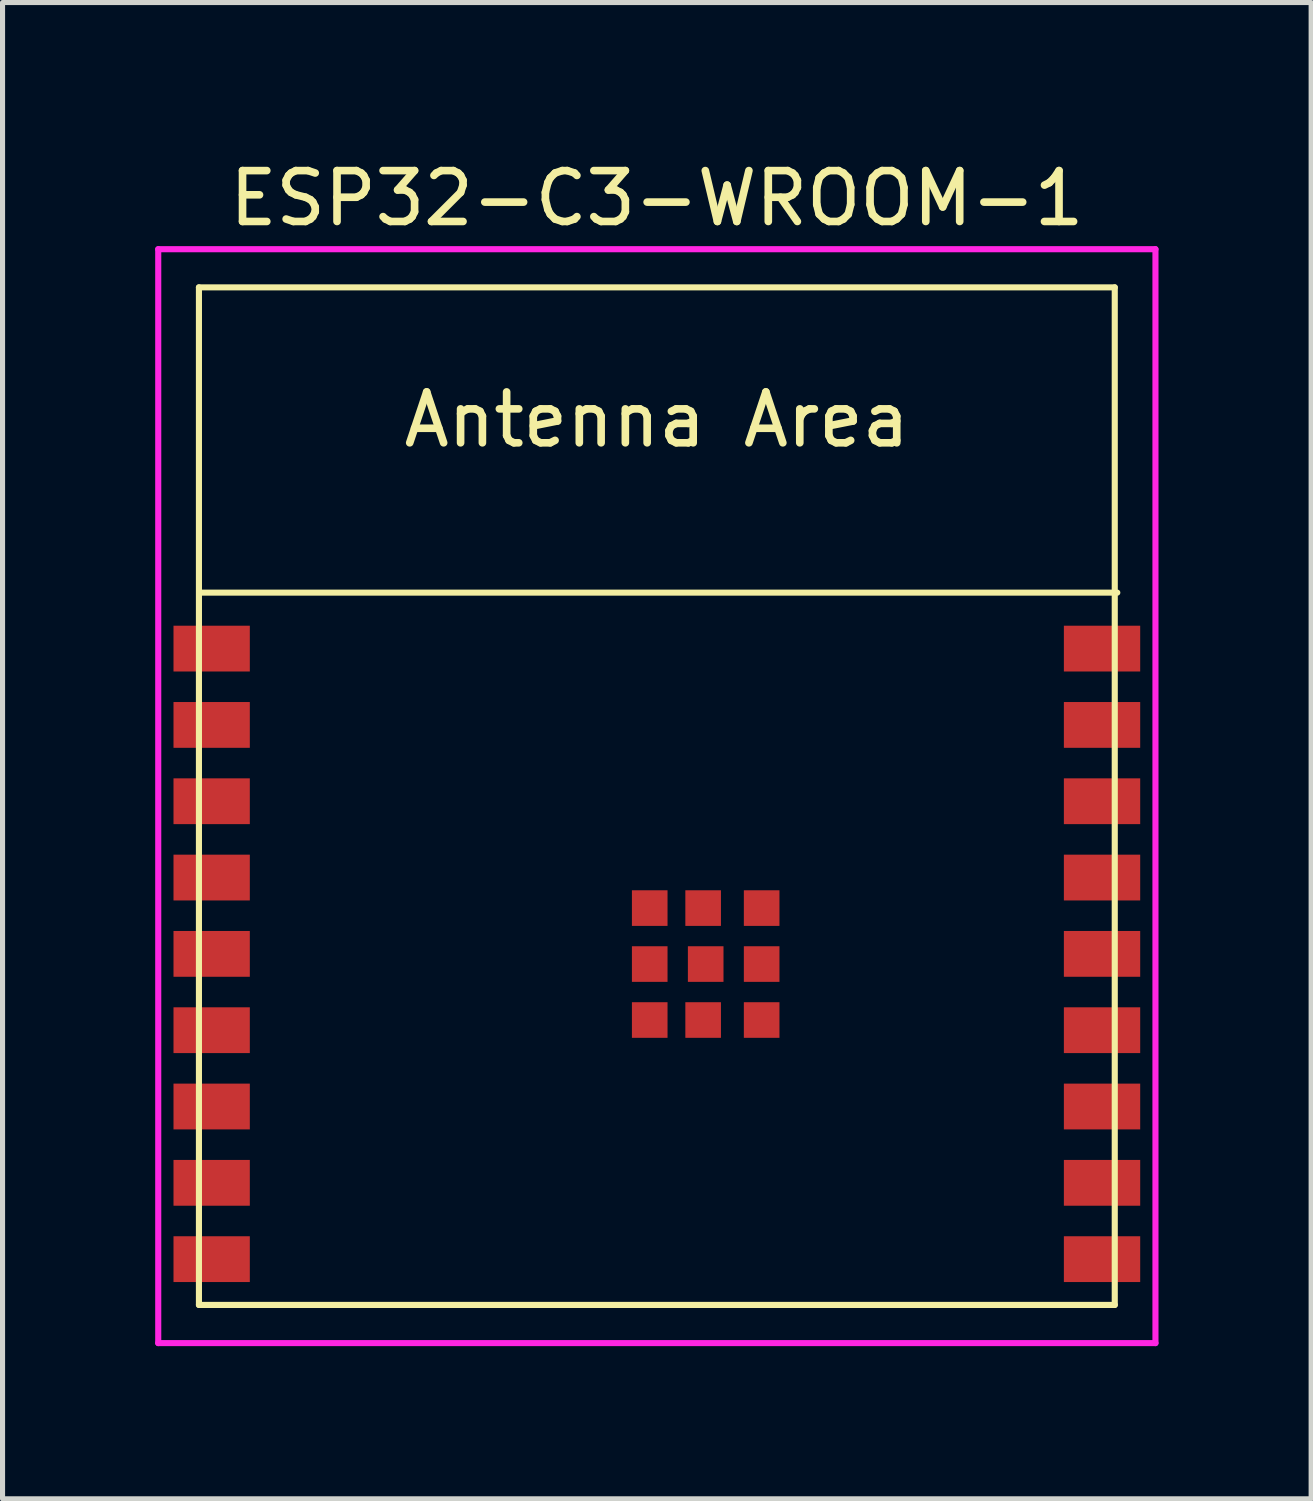
<source format=kicad_pcb>
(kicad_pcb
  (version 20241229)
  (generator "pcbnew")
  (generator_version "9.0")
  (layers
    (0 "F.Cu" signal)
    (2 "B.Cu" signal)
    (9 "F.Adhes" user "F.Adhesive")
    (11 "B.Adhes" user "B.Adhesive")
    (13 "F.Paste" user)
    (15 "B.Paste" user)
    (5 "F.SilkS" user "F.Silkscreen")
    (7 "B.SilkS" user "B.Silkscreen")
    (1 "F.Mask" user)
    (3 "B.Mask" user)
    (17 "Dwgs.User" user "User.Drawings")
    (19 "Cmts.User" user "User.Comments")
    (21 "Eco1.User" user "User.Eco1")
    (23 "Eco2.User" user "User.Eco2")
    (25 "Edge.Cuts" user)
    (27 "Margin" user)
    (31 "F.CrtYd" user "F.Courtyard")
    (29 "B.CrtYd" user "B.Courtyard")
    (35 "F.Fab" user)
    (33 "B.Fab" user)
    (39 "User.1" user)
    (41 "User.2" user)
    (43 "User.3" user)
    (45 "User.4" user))
  (footprint "ESP32-C3-WROOM-1"
    (layer "F.Cu")
    (at 9.86 13.848)
    (property "Reference" "ESP32-C3-WROOM-1" (at 0 -13 0) (layer "F.SilkS") (effects (font (size 1 1) (thickness 0.15))))
    (attr smd)
    (fp_line (start -9 -11.25) (end 9 -11.25) (stroke (width 0.12) (type solid)) (layer "F.SilkS"))
    (fp_line (start -9 8.75) (end -9 -11.25) (stroke (width 0.12) (type solid)) (layer "F.SilkS"))
    (fp_line (start 9 -11.25) (end 9 8.75) (stroke (width 0.12) (type solid)) (layer "F.SilkS"))
    (fp_line (start 9 8.75) (end -9 8.75) (stroke (width 0.12) (type solid)) (layer "F.SilkS"))
    (fp_line (start 9.05 -5.25) (end -8.95 -5.25) (stroke (width 0.12) (type solid)) (layer "F.SilkS"))
    (fp_line (start -9 -11.25) (end 9 -11.25) (stroke (width 0.12) (type solid)) (layer "Eco2.User"))
    (fp_line (start -9 -5.25) (end 9 -5.25) (stroke (width 0.12) (type solid)) (layer "Eco2.User"))
    (fp_line (start -9 8.75) (end -9 -11.25) (stroke (width 0.12) (type solid)) (layer "Eco2.User"))
    (fp_line (start 9 -11.25) (end 9 8.75) (stroke (width 0.12) (type solid)) (layer "Eco2.User"))
    (fp_line (start 9 8.75) (end -9 8.75) (stroke (width 0.12) (type solid)) (layer "Eco2.User"))
    (fp_line (start -9.8 -12) (end -9.8 9.5) (stroke (width 0.12) (type solid)) (layer "F.CrtYd"))
    (fp_line (start 9.8 -12) (end -9.8 -12) (stroke (width 0.12) (type solid)) (layer "F.CrtYd"))
    (fp_line (start 9.8 9.5) (end -9.8 9.5) (stroke (width 0.12) (type solid)) (layer "F.CrtYd"))
    (fp_line (start 9.8 9.5) (end 9.8 -12) (stroke (width 0.12) (type solid)) (layer "F.CrtYd"))
    (fp_text user "Antenna Area" (at 0 -8.65 0) (layer "F.SilkS") (effects (font (size 1 1) (thickness 0.15))))
    (fp_text user "Antenna Area" (at 0 -8.65 0) (layer "Eco2.User") (effects (font (size 1 1) (thickness 0.15))))
    (pad "1" smd rect (at -8.75 -4.15) (size 1.5 0.9) (layers "F.Cu" "F.Mask" "F.Paste"))
    (pad "2" smd rect (at -8.75 -2.65) (size 1.5 0.9) (layers "F.Cu" "F.Mask" "F.Paste"))
    (pad "3" smd rect (at -8.75 -1.15) (size 1.5 0.9) (layers "F.Cu" "F.Mask" "F.Paste"))
    (pad "4" smd rect (at -8.75 0.35) (size 1.5 0.9) (layers "F.Cu" "F.Mask" "F.Paste"))
    (pad "5" smd rect (at -8.75 1.85) (size 1.5 0.9) (layers "F.Cu" "F.Mask" "F.Paste"))
    (pad "6" smd rect (at -8.75 3.35) (size 1.5 0.9) (layers "F.Cu" "F.Mask" "F.Paste"))
    (pad "7" smd rect (at -8.75 4.85) (size 1.5 0.9) (layers "F.Cu" "F.Mask" "F.Paste"))
    (pad "8" smd rect (at -8.75 6.35) (size 1.5 0.9) (layers "F.Cu" "F.Mask" "F.Paste"))
    (pad "9" smd rect (at -8.75 7.85) (size 1.5 0.9) (layers "F.Cu" "F.Mask" "F.Paste"))
    (pad "10" smd rect (at 8.75 7.85 180) (size 1.5 0.9) (layers "F.Cu" "F.Mask" "F.Paste"))
    (pad "11" smd rect (at 8.75 6.35 180) (size 1.5 0.9) (layers "F.Cu" "F.Mask" "F.Paste"))
    (pad "12" smd rect (at 8.75 4.85 180) (size 1.5 0.9) (layers "F.Cu" "F.Mask" "F.Paste"))
    (pad "13" smd rect (at 8.75 3.35 180) (size 1.5 0.9) (layers "F.Cu" "F.Mask" "F.Paste"))
    (pad "14" smd rect (at 8.75 1.85 180) (size 1.5 0.9) (layers "F.Cu" "F.Mask" "F.Paste"))
    (pad "15" smd rect (at 8.75 0.35 180) (size 1.5 0.9) (layers "F.Cu" "F.Mask" "F.Paste"))
    (pad "16" smd rect (at 8.75 -1.15 180) (size 1.5 0.9) (layers "F.Cu" "F.Mask" "F.Paste"))
    (pad "17" smd rect (at 8.75 -2.65 180) (size 1.5 0.9) (layers "F.Cu" "F.Mask" "F.Paste"))
    (pad "18" smd rect (at 8.75 -4.15 180) (size 1.5 0.9) (layers "F.Cu" "F.Mask" "F.Paste"))
    (pad "19" smd rect (at -0.14 0.95 180) (size 0.7 0.7) (layers "F.Cu" "F.Mask" "F.Paste"))
    (pad "19" smd rect (at -0.14 2.05 180) (size 0.7 0.7) (layers "F.Cu" "F.Mask" "F.Paste"))
    (pad "19" smd rect (at -0.14 3.15 180) (size 0.7 0.7) (layers "F.Cu" "F.Mask" "F.Paste"))
    (pad "19" smd rect (at 0.91 0.95 180) (size 0.7 0.7) (layers "F.Cu" "F.Mask" "F.Paste"))
    (pad "19" smd rect (at 0.91 3.15 180) (size 0.7 0.7) (layers "F.Cu" "F.Mask" "F.Paste"))
    (pad "19" smd rect (at 0.96 2.05 180) (size 0.7 0.7) (layers "F.Cu" "F.Mask" "F.Paste"))
    (pad "19" smd rect (at 2.06 0.95 180) (size 0.7 0.7) (layers "F.Cu" "F.Mask" "F.Paste"))
    (pad "19" smd rect (at 2.06 2.05 180) (size 0.7 0.7) (layers "F.Cu" "F.Mask" "F.Paste"))
    (pad "19" smd rect (at 2.06 3.15 180) (size 0.7 0.7) (layers "F.Cu" "F.Mask" "F.Paste")))
  (gr_rect
    (start -3 -3)
    (end 22.72 26.408)
    (stroke (width 0.1) (type default))
    (fill no)
    (layer "Edge.Cuts")))
</source>
